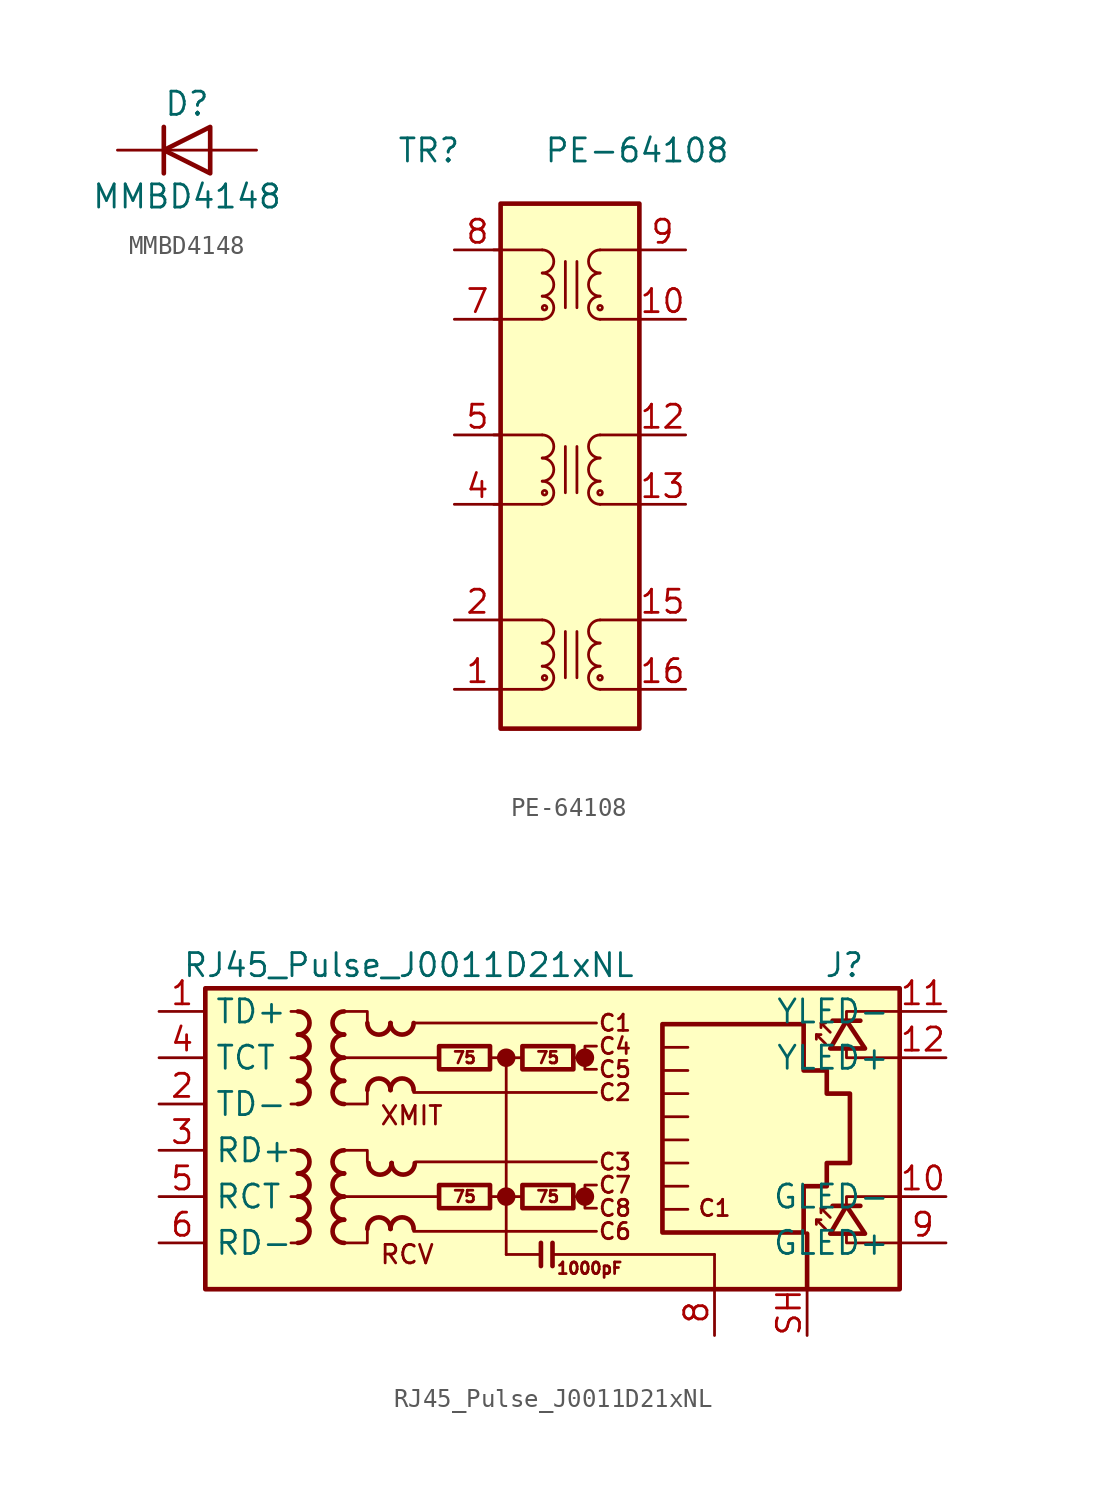
<source format=kicad_sym>
(kicad_symbol_lib
  (version 20231120)
  (generator "kicad_symbol_editor")
  (generator_version "8.0")
  (symbol "MMBD4148"
    (pin_numbers hide)
    (pin_names hide)
    (property "Reference" "D"
      (at 0 2.54 0)
      (effects (font (size 1.27 1.27))))
    (property "Value" "MMBD4148"
      (at 0 -2.54 0)
      (effects (font (size 1.27 1.27))))
    (symbol "MMBD4148_0_1"
      (polyline (pts (xy -1.27 1.27) (xy -1.27 -1.27)) (stroke (width 0.254) (type default)) (fill (type none)))
      (polyline (pts (xy 1.27 0) (xy -1.27 0)) (stroke (width 0) (type default)) (fill (type none)))
      (polyline (pts (xy 1.27 1.27) (xy 1.27 -1.27) (xy -1.27 0) (xy 1.27 1.27)) (stroke (width 0.254) (type default)) (fill (type none))))
    (symbol "MMBD4148_1_1"
      (pin passive line (at 3.81 0 180) (length 2.54) (name "A" (effects (font (size 1.27 1.27)))) (number "1" (effects (font (size 1.27 1.27)))))
      (pin no_connect line (at -1.27 0 0) (length 2.54) hide (name "NC" (effects (font (size 1.27 1.27)))) (number "2" (effects (font (size 1.27 1.27)))))
      (pin passive line (at -3.81 0 0) (length 2.54) (name "K" (effects (font (size 1.27 1.27)))) (number "3" (effects (font (size 1.27 1.27)))))))
  (symbol "PE-64108"
    (pin_names hide)
    (property "Reference" "TR"
      (at -7.747 16.891 0)
      (effects (font (size 1.27 1.27))))
    (property "Value" "PE-64108"
      (at 3.683 16.891 0)
      (effects (font (size 1.27 1.27))))
    (symbol "PE-64108_0_1"
      (rectangle (start -3.81 13.97) (end 3.81 -14.859) (stroke (width 0.254) (type default)) (fill (type background))))
    (symbol "PE-64108_1_1"
      (arc (start -1.524 -12.7) (mid -0.892 -12.065) (end -1.524 -11.43) (stroke (width 0) (type default)) (fill (type none)))
      (arc (start -1.524 -11.43) (mid -0.892 -10.795) (end -1.524 -10.16) (stroke (width 0) (type default)) (fill (type none)))
      (arc (start -1.524 -10.16) (mid -0.892 -9.525) (end -1.524 -8.89) (stroke (width 0) (type default)) (fill (type none)))
      (arc (start -1.524 -2.54) (mid -0.892 -1.905) (end -1.524 -1.27) (stroke (width 0) (type default)) (fill (type none)))
      (arc (start -1.524 -1.27) (mid -0.892 -0.635) (end -1.524 0) (stroke (width 0) (type default)) (fill (type none)))
      (arc (start -1.524 0) (mid -0.892 0.635) (end -1.524 1.27) (stroke (width 0) (type default)) (fill (type none)))
      (arc (start -1.524 7.62) (mid -0.892 8.255) (end -1.524 8.89) (stroke (width 0) (type default)) (fill (type none)))
      (arc (start -1.524 8.89) (mid -0.892 9.525) (end -1.524 10.16) (stroke (width 0) (type default)) (fill (type none)))
      (arc (start -1.524 10.16) (mid -0.892 10.795) (end -1.524 11.43) (stroke (width 0) (type default)) (fill (type none)))
      (circle (center -1.397 -12.065) (radius 0.127) (stroke (width 0) (type default)) (fill (type none)))
      (circle (center -1.397 -1.905) (radius 0.127) (stroke (width 0) (type default)) (fill (type none)))
      (circle (center -1.397 8.255) (radius 0.127) (stroke (width 0) (type default)) (fill (type none)))
      (polyline (pts (xy -4.191 -2.54) (xy -1.524 -2.54)) (stroke (width 0) (type default)) (fill (type none)))
      (polyline (pts (xy -4.191 1.27) (xy -1.524 1.27)) (stroke (width 0) (type default)) (fill (type none)))
      (polyline (pts (xy -4.191 7.62) (xy -1.524 7.62)) (stroke (width 0) (type default)) (fill (type none)))
      (polyline (pts (xy -4.191 11.43) (xy -1.524 11.43)) (stroke (width 0) (type default)) (fill (type none)))
      (polyline (pts (xy -3.81 -12.7) (xy -1.524 -12.7)) (stroke (width 0) (type default)) (fill (type none)))
      (polyline (pts (xy -3.81 -8.89) (xy -1.524 -8.89)) (stroke (width 0) (type default)) (fill (type none)))
      (polyline (pts (xy -0.254 -9.525) (xy -0.254 -12.065)) (stroke (width 0) (type default)) (fill (type none)))
      (polyline (pts (xy -0.254 0.635) (xy -0.254 -1.905)) (stroke (width 0) (type default)) (fill (type none)))
      (polyline (pts (xy -0.254 10.795) (xy -0.254 8.255)) (stroke (width 0) (type default)) (fill (type none)))
      (polyline (pts (xy 0.381 -9.525) (xy 0.381 -12.065)) (stroke (width 0) (type default)) (fill (type none)))
      (polyline (pts (xy 0.381 0.635) (xy 0.381 -1.905)) (stroke (width 0) (type default)) (fill (type none)))
      (polyline (pts (xy 0.381 10.795) (xy 0.381 8.255)) (stroke (width 0) (type default)) (fill (type none)))
      (polyline (pts (xy 3.81 -12.7) (xy 1.651 -12.7)) (stroke (width 0) (type default)) (fill (type none)))
      (polyline (pts (xy 3.81 -8.89) (xy 1.651 -8.89)) (stroke (width 0) (type default)) (fill (type none)))
      (polyline (pts (xy 3.81 -2.54) (xy 1.651 -2.54)) (stroke (width 0) (type default)) (fill (type none)))
      (polyline (pts (xy 3.81 1.27) (xy 1.651 1.27)) (stroke (width 0) (type default)) (fill (type none)))
      (polyline (pts (xy 3.81 7.62) (xy 1.651 7.62)) (stroke (width 0) (type default)) (fill (type none)))
      (polyline (pts (xy 3.81 11.43) (xy 1.651 11.43)) (stroke (width 0) (type default)) (fill (type none)))
      (circle (center 1.651 -12.065) (radius 0.127) (stroke (width 0) (type default)) (fill (type none)))
      (arc (start 1.651 -11.43) (mid 1.019 -12.065) (end 1.651 -12.7) (stroke (width 0) (type default)) (fill (type none)))
      (arc (start 1.651 -10.16) (mid 1.019 -10.795) (end 1.651 -11.43) (stroke (width 0) (type default)) (fill (type none)))
      (arc (start 1.651 -8.89) (mid 1.019 -9.525) (end 1.651 -10.16) (stroke (width 0) (type default)) (fill (type none)))
      (circle (center 1.651 -1.905) (radius 0.127) (stroke (width 0) (type default)) (fill (type none)))
      (arc (start 1.651 -1.27) (mid 1.019 -1.905) (end 1.651 -2.54) (stroke (width 0) (type default)) (fill (type none)))
      (arc (start 1.651 0) (mid 1.019 -0.635) (end 1.651 -1.27) (stroke (width 0) (type default)) (fill (type none)))
      (arc (start 1.651 1.27) (mid 1.019 0.635) (end 1.651 0) (stroke (width 0) (type default)) (fill (type none)))
      (circle (center 1.651 8.255) (radius 0.127) (stroke (width 0) (type default)) (fill (type none)))
      (arc (start 1.651 8.89) (mid 1.019 8.255) (end 1.651 7.62) (stroke (width 0) (type default)) (fill (type none)))
      (arc (start 1.651 10.16) (mid 1.019 9.525) (end 1.651 8.89) (stroke (width 0) (type default)) (fill (type none)))
      (arc (start 1.651 11.43) (mid 1.019 10.795) (end 1.651 10.16) (stroke (width 0) (type default)) (fill (type none)))
      (pin passive line (at -6.35 -12.7 0) (length 2.54) (name "MX1+" (effects (font (size 1.27 1.27)))) (number "1" (effects (font (size 1.27 1.27)))))
      (pin passive line (at 6.35 7.62 180) (length 2.54) (name "TD3+" (effects (font (size 1.27 1.27)))) (number "10" (effects (font (size 1.27 1.27)))))
      (pin no_connect line (at 6.35 5.08 180) (length 2.54) hide (name "NC" (effects (font (size 1.27 1.27)))) (number "11" (effects (font (size 1.27 1.27)))))
      (pin passive line (at 6.35 1.27 180) (length 2.54) (name "TD2-" (effects (font (size 1.27 1.27)))) (number "12" (effects (font (size 1.27 1.27)))))
      (pin passive line (at 6.35 -2.54 180) (length 2.54) (name "TD2+" (effects (font (size 1.27 1.27)))) (number "13" (effects (font (size 1.27 1.27)))))
      (pin no_connect line (at 6.35 -5.08 180) (length 2.54) hide (name "NC" (effects (font (size 1.27 1.27)))) (number "14" (effects (font (size 1.27 1.27)))))
      (pin passive line (at 6.35 -8.89 180) (length 2.54) (name "TD1-" (effects (font (size 1.27 1.27)))) (number "15" (effects (font (size 1.27 1.27)))))
      (pin passive line (at 6.35 -12.7 180) (length 2.54) (name "TD1+" (effects (font (size 1.27 1.27)))) (number "16" (effects (font (size 1.27 1.27)))))
      (pin passive line (at -6.35 -8.89 0) (length 2.54) (name "MX1-" (effects (font (size 1.27 1.27)))) (number "2" (effects (font (size 1.27 1.27)))))
      (pin no_connect line (at -6.35 -5.08 0) (length 2.54) hide (name "NC" (effects (font (size 1.27 1.27)))) (number "3" (effects (font (size 1.27 1.27)))))
      (pin passive line (at -6.35 -2.54 0) (length 2.54) (name "MX2+" (effects (font (size 1.27 1.27)))) (number "4" (effects (font (size 1.27 1.27)))))
      (pin passive line (at -6.35 1.27 0) (length 2.54) (name "MX2-" (effects (font (size 1.27 1.27)))) (number "5" (effects (font (size 1.27 1.27)))))
      (pin no_connect line (at -6.35 5.08 0) (length 2.54) hide (name "MCT4" (effects (font (size 1.27 1.27)))) (number "6" (effects (font (size 1.27 1.27)))))
      (pin passive line (at -6.35 7.62 0) (length 2.54) (name "MX3+" (effects (font (size 1.27 1.27)))) (number "7" (effects (font (size 1.27 1.27)))))
      (pin passive line (at -6.35 11.43 0) (length 2.54) (name "MX3-" (effects (font (size 1.27 1.27)))) (number "8" (effects (font (size 1.27 1.27)))))
      (pin passive line (at 6.35 11.43 180) (length 2.54) (name "TD3-" (effects (font (size 1.27 1.27)))) (number "9" (effects (font (size 1.27 1.27)))))))
  (symbol "RJ45_Pulse_J0011D21xNL"
    (property "Reference" "J"
      (at 17.145 8.89 0)
      (effects (font (size 1.27 1.27)) (justify right)))
    (property "Value" "RJ45_Pulse_J0011D21xNL"
      (at -20.32 8.89 0)
      (effects (font (size 1.27 1.27)) (justify left)))
    (symbol "RJ45_Pulse_J0011D21xNL_0_0"
      (circle (center -2.54 -3.81) (radius 0.0001) (stroke (width 0.508) (type default)) (fill (type none)))
      (circle (center -2.54 3.81) (radius 0.0001) (stroke (width 0.508) (type default)) (fill (type none)))
      (polyline (pts (xy -2.54 3.81) (xy -2.54 -6.985)) (stroke (width 0) (type default)) (fill (type none)))
      (polyline (pts (xy -0.635 -6.35) (xy -0.635 -7.62)) (stroke (width 0.254) (type default)) (fill (type none)))
      (polyline (pts (xy 0 -6.35) (xy 0 -7.62)) (stroke (width 0.254) (type default)) (fill (type none)))
      (polyline (pts (xy 1.778 -3.81) (xy 1.27 -3.81)) (stroke (width 0) (type default)) (fill (type none)))
      (polyline (pts (xy 1.778 3.81) (xy 1.27 3.81)) (stroke (width 0) (type default)) (fill (type none)))
      (polyline (pts (xy 16.129 -4.445) (xy 16.129 -3.81) (xy 19.05 -3.81)) (stroke (width 0) (type default)) (fill (type none)))
      (polyline (pts (xy 16.129 5.715) (xy 16.129 6.35) (xy 19.05 6.35)) (stroke (width 0) (type default)) (fill (type none)))
      (polyline (pts (xy 19.05 -6.35) (xy 16.129 -6.35) (xy 16.129 -5.842)) (stroke (width 0) (type default)) (fill (type none)))
      (polyline (pts (xy 19.05 3.81) (xy 16.129 3.81) (xy 16.129 4.318)) (stroke (width 0) (type default)) (fill (type none)))
      (polyline (pts (xy 2.413 -3.175) (xy 1.778 -3.175) (xy 1.778 -4.445) (xy 2.413 -4.445)) (stroke (width 0) (type default)) (fill (type none)))
      (polyline (pts (xy 2.413 4.445) (xy 1.778 4.445) (xy 1.778 3.175) (xy 2.413 3.175)) (stroke (width 0) (type default)) (fill (type none)))
      (circle (center 1.778 -3.81) (radius 0.0001) (stroke (width 0.508) (type default)) (fill (type none)))
      (circle (center 1.778 3.81) (radius 0.0001) (stroke (width 0.508) (type default)) (fill (type none)))
      (text "C1" (at 3.429 5.715 0) (effects (font (size 0.889 0.889))))
      (text "C1" (at 8.89 -4.445 0) (effects (font (size 0.889 0.889))))
      (text "C2" (at 3.429 1.905 0) (effects (font (size 0.889 0.889))))
      (text "C3" (at 3.429 -1.905 0) (effects (font (size 0.889 0.889))))
      (text "C4" (at 3.429 4.445 0) (effects (font (size 0.889 0.889))))
      (text "C5" (at 3.429 3.175 0) (effects (font (size 0.889 0.889))))
      (text "C6" (at 3.429 -5.715 0) (effects (font (size 0.889 0.889))))
      (text "C7" (at 3.429 -3.175 0) (effects (font (size 0.889 0.889))))
      (text "C8" (at 3.429 -4.445 0) (effects (font (size 0.889 0.889))))
      (text "RCV" (at -9.525 -6.985 0) (effects (font (size 1.016 1.016)) (justify left)))
      (text "XMIT" (at -9.525 0.635 0) (effects (font (size 1.016 1.016)) (justify left))))
    (symbol "RJ45_Pulse_J0011D21xNL_0_1"
      (rectangle (start -19.05 7.62) (end 19.05 -8.89) (stroke (width 0.254) (type default)) (fill (type background)))
      (polyline (pts (xy -13.97 -6.35) (xy -14.351 -6.35)) (stroke (width 0) (type default)) (fill (type none)))
      (polyline (pts (xy -13.97 -3.81) (xy -14.351 -3.81)) (stroke (width 0) (type default)) (fill (type none)))
      (polyline (pts (xy -13.97 -1.27) (xy -14.351 -1.27)) (stroke (width 0) (type default)) (fill (type none)))
      (polyline (pts (xy -13.97 1.27) (xy -14.351 1.27)) (stroke (width 0) (type default)) (fill (type none)))
      (polyline (pts (xy -13.97 3.81) (xy -14.351 3.81)) (stroke (width 0) (type default)) (fill (type none)))
      (polyline (pts (xy -13.97 6.35) (xy -14.351 6.35)) (stroke (width 0) (type default)) (fill (type none)))
      (polyline (pts (xy -7.62 -5.715) (xy 2.413 -5.715)) (stroke (width 0) (type default)) (fill (type none)))
      (polyline (pts (xy -7.62 1.905) (xy 2.413 1.905)) (stroke (width 0) (type default)) (fill (type none)))
      (polyline (pts (xy -7.62 5.715) (xy 2.413 5.715)) (stroke (width 0) (type default)) (fill (type none)))
      (polyline (pts (xy -7.493 -1.905) (xy 2.413 -1.905)) (stroke (width 0) (type default)) (fill (type none)))
      (polyline (pts (xy -6.35 -3.81) (xy -11.43 -3.81)) (stroke (width 0) (type default)) (fill (type none)))
      (polyline (pts (xy -6.223 3.81) (xy -11.43 3.81)) (stroke (width 0) (type default)) (fill (type none)))
      (polyline (pts (xy -3.429 -3.81) (xy -1.651 -3.81)) (stroke (width 0) (type default)) (fill (type none)))
      (polyline (pts (xy -3.429 3.81) (xy -1.651 3.81)) (stroke (width 0) (type default)) (fill (type none)))
      (polyline (pts (xy -0.635 -6.985) (xy -2.54 -6.985)) (stroke (width 0) (type default)) (fill (type none)))
      (polyline (pts (xy 6.16 -3.239) (xy 7.429 -3.239)) (stroke (width 0) (type default)) (fill (type none)))
      (polyline (pts (xy 6.16 -1.968) (xy 7.429 -1.968)) (stroke (width 0) (type default)) (fill (type none)))
      (polyline (pts (xy 6.16 -0.699) (xy 7.429 -0.699)) (stroke (width 0) (type default)) (fill (type none)))
      (polyline (pts (xy 6.16 0.572) (xy 7.429 0.572)) (stroke (width 0) (type default)) (fill (type none)))
      (polyline (pts (xy 6.16 1.841) (xy 7.429 1.841)) (stroke (width 0) (type default)) (fill (type none)))
      (polyline (pts (xy 7.429 -4.508) (xy 6.16 -4.508)) (stroke (width 0) (type default)) (fill (type none)))
      (polyline (pts (xy 7.429 3.111) (xy 6.16 3.111)) (stroke (width 0) (type default)) (fill (type none)))
      (polyline (pts (xy 7.429 4.381) (xy 6.16 4.381)) (stroke (width 0) (type default)) (fill (type none)))
      (polyline (pts (xy 8.89 -6.985) (xy 0 -6.985)) (stroke (width 0) (type default)) (fill (type none)))
      (polyline (pts (xy 8.89 -6.985) (xy 8.89 -8.89)) (stroke (width 0) (type default)) (fill (type none)))
      (polyline (pts (xy -11.43 -1.27) (xy -10.16 -1.27) (xy -10.16 -1.905)) (stroke (width 0) (type default)) (fill (type none)))
      (polyline (pts (xy -11.43 6.35) (xy -10.16 6.35) (xy -10.16 5.715)) (stroke (width 0) (type default)) (fill (type none)))
      (polyline (pts (xy -10.16 -5.715) (xy -10.16 -6.35) (xy -11.43 -6.35)) (stroke (width 0) (type default)) (fill (type none)))
      (polyline (pts (xy -10.16 1.905) (xy -10.16 1.27) (xy -11.43 1.27)) (stroke (width 0) (type default)) (fill (type none))))
    (symbol "RJ45_Pulse_J0011D21xNL_1_0"
      (text "1000pF" (at 2.032 -7.747 0) (effects (font (size 0.635 0.635)))))
    (symbol "RJ45_Pulse_J0011D21xNL_1_1"
      (arc (start -13.97 -2.54) (mid -13.3377 -1.905) (end -13.97 -1.27) (stroke (width 0.254) (type default)) (fill (type none)))
      (arc (start -13.9673 -6.35) (mid -13.335 -5.715) (end -13.9673 -5.08) (stroke (width 0.254) (type default)) (fill (type none)))
      (arc (start -13.9673 -5.08) (mid -13.335 -4.445) (end -13.9673 -3.81) (stroke (width 0.254) (type default)) (fill (type none)))
      (arc (start -13.9673 -3.81) (mid -13.335 -3.175) (end -13.9673 -2.54) (stroke (width 0.254) (type default)) (fill (type none)))
      (arc (start -13.9673 5.08) (mid -13.335 5.715) (end -13.9673 6.35) (stroke (width 0.254) (type default)) (fill (type none)))
      (arc (start -13.9646 1.27) (mid -13.3323 1.905) (end -13.9646 2.54) (stroke (width 0.254) (type default)) (fill (type none)))
      (arc (start -13.9646 2.54) (mid -13.3323 3.175) (end -13.9646 3.81) (stroke (width 0.254) (type default)) (fill (type none)))
      (arc (start -13.9646 3.81) (mid -13.3323 4.445) (end -13.9646 5.08) (stroke (width 0.254) (type default)) (fill (type none)))
      (arc (start -11.4354 -3.81) (mid -12.0677 -4.445) (end -11.4354 -5.08) (stroke (width 0.254) (type default)) (fill (type none)))
      (arc (start -11.4354 -2.54) (mid -12.0677 -3.175) (end -11.4354 -3.81) (stroke (width 0.254) (type default)) (fill (type none)))
      (arc (start -11.4354 -1.27) (mid -12.0677 -1.905) (end -11.4354 -2.54) (stroke (width 0.254) (type default)) (fill (type none)))
      (arc (start -11.4354 3.81) (mid -12.0677 3.175) (end -11.4354 2.54) (stroke (width 0.254) (type default)) (fill (type none)))
      (arc (start -11.4354 5.08) (mid -12.0677 4.445) (end -11.4354 3.81) (stroke (width 0.254) (type default)) (fill (type none)))
      (arc (start -11.4354 6.35) (mid -12.0677 5.715) (end -11.4354 5.08) (stroke (width 0.254) (type default)) (fill (type none)))
      (arc (start -11.4327 -5.08) (mid -12.065 -5.715) (end -11.4327 -6.35) (stroke (width 0.254) (type default)) (fill (type none)))
      (arc (start -11.4327 2.54) (mid -12.065 1.905) (end -11.4327 1.27) (stroke (width 0.254) (type default)) (fill (type none)))
      (arc (start -10.16 5.7123) (mid -9.525 5.08) (end -8.89 5.7123) (stroke (width 0.254) (type default)) (fill (type none)))
      (arc (start -10.0965 -1.9712) (mid -9.4615 -2.6035) (end -8.8265 -1.9712) (stroke (width 0.254) (type default)) (fill (type none)))
      (arc (start -8.89 -5.5853) (mid -9.525 -4.953) (end -10.16 -5.5853) (stroke (width 0.254) (type default)) (fill (type none)))
      (arc (start -8.89 2.0347) (mid -9.525 2.667) (end -10.16 2.0347) (stroke (width 0.254) (type default)) (fill (type none)))
      (arc (start -8.89 5.715) (mid -8.255 5.0827) (end -7.62 5.715) (stroke (width 0.254) (type default)) (fill (type none)))
      (arc (start -8.8265 -1.9685) (mid -8.1915 -2.6008) (end -7.5565 -1.9685) (stroke (width 0.254) (type default)) (fill (type none)))
      (arc (start -7.62 -5.5826) (mid -8.255 -4.9503) (end -8.89 -5.5826) (stroke (width 0.254) (type default)) (fill (type none)))
      (arc (start -7.62 2.0374) (mid -8.255 2.6697) (end -8.89 2.0374) (stroke (width 0.254) (type default)) (fill (type none)))
      (rectangle (start -6.223 -3.175) (end -3.429 -4.445) (stroke (width 0.254) (type default)) (fill (type none)))
      (rectangle (start -6.223 4.445) (end -3.429 3.175) (stroke (width 0.254) (type default)) (fill (type none)))
      (rectangle (start -1.651 -3.175) (end 1.143 -4.445) (stroke (width 0.254) (type default)) (fill (type none)))
      (rectangle (start -1.651 4.445) (end 1.143 3.175) (stroke (width 0.254) (type default)) (fill (type none)))
      (polyline (pts (xy 13.97 -8.89) (xy 13.97 -5.842)) (stroke (width 0.254) (type default)) (fill (type none)))
      (polyline (pts (xy 14.478 -5.08) (xy 14.478 -5.334)) (stroke (width 0) (type default)) (fill (type none)))
      (polyline (pts (xy 14.478 5.08) (xy 14.478 4.826)) (stroke (width 0) (type default)) (fill (type none)))
      (polyline (pts (xy 14.732 -4.445) (xy 14.732 -4.699)) (stroke (width 0) (type default)) (fill (type none)))
      (polyline (pts (xy 14.732 5.715) (xy 14.732 5.461)) (stroke (width 0) (type default)) (fill (type none)))
      (polyline (pts (xy 15.367 -4.318) (xy 16.891 -4.318)) (stroke (width 0.254) (type default)) (fill (type none)))
      (polyline (pts (xy 15.367 5.842) (xy 16.891 5.842)) (stroke (width 0.254) (type default)) (fill (type none)))
      (polyline (pts (xy 14.986 -5.588) (xy 14.478 -5.08) (xy 14.732 -5.08)) (stroke (width 0) (type default)) (fill (type none)))
      (polyline (pts (xy 14.986 4.572) (xy 14.478 5.08) (xy 14.732 5.08)) (stroke (width 0) (type default)) (fill (type none)))
      (polyline (pts (xy 15.24 -4.953) (xy 14.732 -4.445) (xy 14.986 -4.445)) (stroke (width 0) (type default)) (fill (type none)))
      (polyline (pts (xy 15.24 5.207) (xy 14.732 5.715) (xy 14.986 5.715)) (stroke (width 0) (type default)) (fill (type none)))
      (polyline (pts (xy 15.24 -5.842) (xy 17.145 -5.842) (xy 16.129 -4.318) (xy 15.24 -5.842)) (stroke (width 0.254) (type default)) (fill (type none)))
      (polyline (pts (xy 15.24 4.318) (xy 17.145 4.318) (xy 16.129 5.842) (xy 15.24 4.318)) (stroke (width 0.254) (type default)) (fill (type none)))
      (polyline (pts (xy 6.032 -5.779) (xy 6.032 5.652) (xy 13.78 5.652) (xy 13.78 3.111) (xy 15.05 3.111) (xy 15.05 1.841) (xy 16.32 1.841) (xy 16.32 -1.968) (xy 15.05 -1.968) (xy 15.05 -3.239) (xy 13.78 -3.239) (xy 13.78 -5.779) (xy 6.032 -5.779)) (stroke (width 0.254) (type default)) (fill (type none)))
      (text "75" (at -4.826 -3.81 0) (effects (font (size 0.635 0.635))))
      (text "75" (at -4.826 3.81 0) (effects (font (size 0.635 0.635))))
      (text "75" (at -0.254 -3.81 0) (effects (font (size 0.635 0.635))))
      (text "75" (at -0.254 3.81 0) (effects (font (size 0.635 0.635))))
      (pin passive line (at -21.59 6.35 0) (length 2.54) (name "TD+" (effects (font (size 1.27 1.27)))) (number "1" (effects (font (size 1.27 1.27)))))
      (pin passive line (at 21.59 -3.81 180) (length 2.54) (name "GLED-" (effects (font (size 1.27 1.27)))) (number "10" (effects (font (size 1.27 1.27)))))
      (pin passive line (at 21.59 6.35 180) (length 2.54) (name "YLED-" (effects (font (size 1.27 1.27)))) (number "11" (effects (font (size 1.27 1.27)))))
      (pin passive line (at 21.59 3.81 180) (length 2.54) (name "YLED+" (effects (font (size 1.27 1.27)))) (number "12" (effects (font (size 1.27 1.27)))))
      (pin passive line (at -21.59 1.27 0) (length 2.54) (name "TD-" (effects (font (size 1.27 1.27)))) (number "2" (effects (font (size 1.27 1.27)))))
      (pin passive line (at -21.59 -1.27 0) (length 2.54) (name "RD+" (effects (font (size 1.27 1.27)))) (number "3" (effects (font (size 1.27 1.27)))))
      (pin passive line (at -21.59 3.81 0) (length 2.54) (name "TCT" (effects (font (size 1.27 1.27)))) (number "4" (effects (font (size 1.27 1.27)))))
      (pin passive line (at -21.59 -3.81 0) (length 2.54) (name "RCT" (effects (font (size 1.27 1.27)))) (number "5" (effects (font (size 1.27 1.27)))))
      (pin passive line (at -21.59 -6.35 0) (length 2.54) (name "RD-" (effects (font (size 1.27 1.27)))) (number "6" (effects (font (size 1.27 1.27)))))
      (pin no_connect line (at 19.05 -1.27 0) (length 0) hide (name "NC" (effects (font (size 1.27 1.27)))) (number "7" (effects (font (size 1.27 1.27)))))
      (pin power_in line (at 8.89 -11.43 90) (length 2.54) (name "" (effects (font (size 1.27 1.27)))) (number "8" (effects (font (size 1.27 1.27)))))
      (pin passive line (at 21.59 -6.35 180) (length 2.54) (name "GLED+" (effects (font (size 1.27 1.27)))) (number "9" (effects (font (size 1.27 1.27)))))
      (pin passive line (at 13.97 -11.43 90) (length 2.54) (name "" (effects (font (size 1.27 1.27)))) (number "SH" (effects (font (size 1.27 1.27))))))))
</source>
